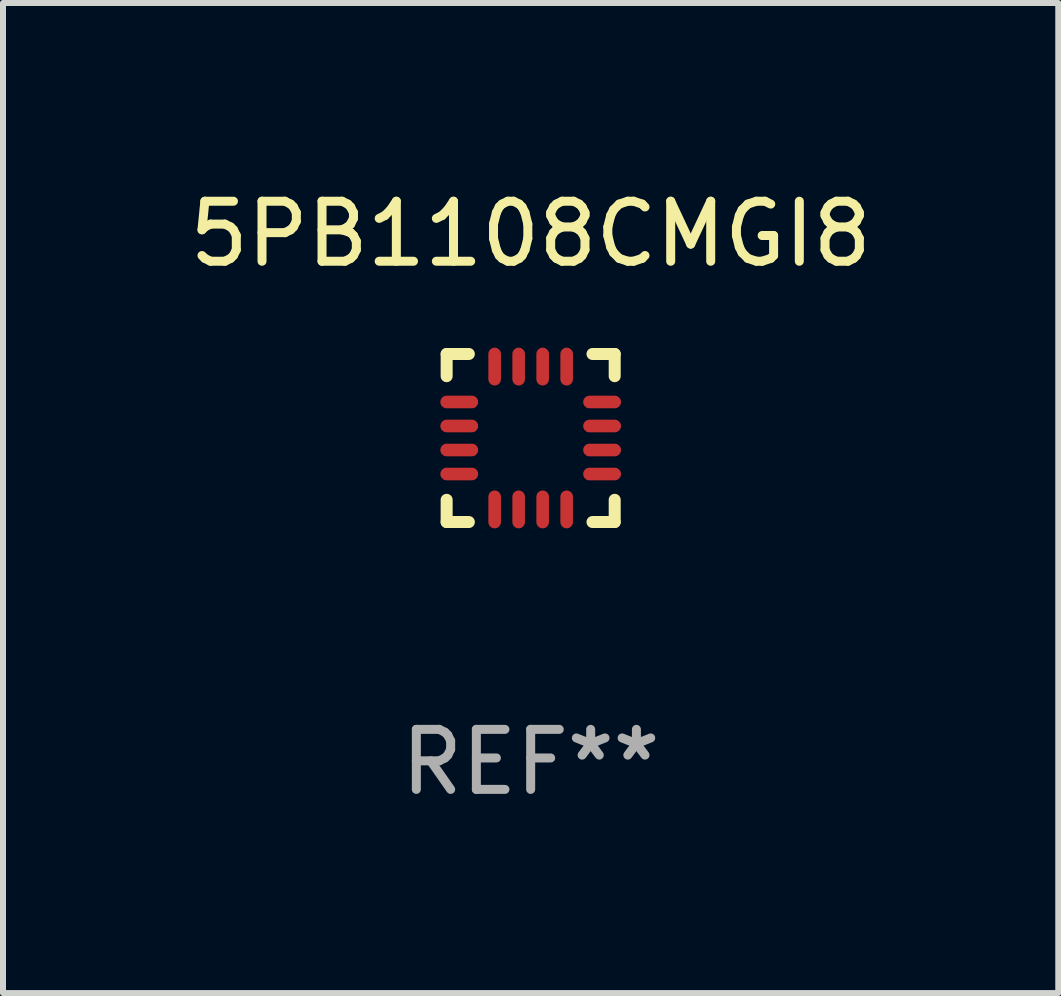
<source format=kicad_pcb>
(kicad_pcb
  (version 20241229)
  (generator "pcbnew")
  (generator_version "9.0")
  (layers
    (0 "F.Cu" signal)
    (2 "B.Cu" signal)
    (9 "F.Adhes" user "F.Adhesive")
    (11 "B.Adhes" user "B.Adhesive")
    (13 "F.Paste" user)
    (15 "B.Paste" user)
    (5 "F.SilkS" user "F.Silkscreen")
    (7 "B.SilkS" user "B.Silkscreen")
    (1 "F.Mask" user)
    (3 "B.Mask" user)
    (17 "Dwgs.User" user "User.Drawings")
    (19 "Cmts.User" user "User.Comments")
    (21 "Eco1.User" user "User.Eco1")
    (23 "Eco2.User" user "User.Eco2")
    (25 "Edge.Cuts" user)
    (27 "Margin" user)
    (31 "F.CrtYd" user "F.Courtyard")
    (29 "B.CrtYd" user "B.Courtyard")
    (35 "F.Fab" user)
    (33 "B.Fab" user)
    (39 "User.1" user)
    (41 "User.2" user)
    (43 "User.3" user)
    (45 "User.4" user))
  (footprint "5PB1108CMGI8"
    (layer "F.Cu")
    (at 5.792 4.248)
    (property "Reference" "5PB1108CMGI8" (at 0 -3.4 0) (layer "F.SilkS") (effects (font (size 1 1) (thickness 0.15))))
    (attr through_hole)
    (fp_line (start -1.4 -1.4) (end -1.03 -1.4) (stroke (width 0.2) (type solid)) (layer "F.SilkS"))
    (fp_line (start -1.4 -1.03) (end -1.4 -1.4) (stroke (width 0.2) (type solid)) (layer "F.SilkS"))
    (fp_line (start -1.4 1.4) (end -1.4 1.03) (stroke (width 0.2) (type solid)) (layer "F.SilkS"))
    (fp_line (start -1.03 1.4) (end -1.4 1.4) (stroke (width 0.2) (type solid)) (layer "F.SilkS"))
    (fp_line (start 1.03 1.4) (end 1.4 1.4) (stroke (width 0.2) (type solid)) (layer "F.SilkS"))
    (fp_line (start 1.4 -1.4) (end 1.03 -1.4) (stroke (width 0.2) (type solid)) (layer "F.SilkS"))
    (fp_line (start 1.4 -1.03) (end 1.4 -1.4) (stroke (width 0.2) (type solid)) (layer "F.SilkS"))
    (fp_line (start 1.4 1.4) (end 1.4 1.03) (stroke (width 0.2) (type solid)) (layer "F.SilkS"))
    (fp_text user "REF**" (at 0 5.4 0) (layer "F.Fab") (effects (font (size 1 1) (thickness 0.15))))
    (pad "1" smd oval (at -1.19 -0.6 270) (size 0.21 0.63) (layers "F.Cu" "F.Mask" "F.Paste"))
    (pad "2" smd oval (at -1.19 -0.2 270) (size 0.21 0.63) (layers "F.Cu" "F.Mask" "F.Paste"))
    (pad "3" smd oval (at -1.19 0.2 270) (size 0.21 0.63) (layers "F.Cu" "F.Mask" "F.Paste"))
    (pad "4" smd oval (at -1.19 0.6 270) (size 0.21 0.63) (layers "F.Cu" "F.Mask" "F.Paste"))
    (pad "5" smd oval (at -0.6 1.19) (size 0.21 0.63) (layers "F.Cu" "F.Mask" "F.Paste"))
    (pad "6" smd oval (at -0.2 1.19) (size 0.21 0.63) (layers "F.Cu" "F.Mask" "F.Paste"))
    (pad "7" smd oval (at 0.2 1.19) (size 0.21 0.63) (layers "F.Cu" "F.Mask" "F.Paste"))
    (pad "8" smd oval (at 0.6 1.19) (size 0.21 0.63) (layers "F.Cu" "F.Mask" "F.Paste"))
    (pad "9" smd oval (at 1.19 0.6 90) (size 0.21 0.63) (layers "F.Cu" "F.Mask" "F.Paste"))
    (pad "10" smd oval (at 1.19 0.2 90) (size 0.21 0.63) (layers "F.Cu" "F.Mask" "F.Paste"))
    (pad "11" smd oval (at 1.19 -0.2 90) (size 0.21 0.63) (layers "F.Cu" "F.Mask" "F.Paste"))
    (pad "12" smd oval (at 1.19 -0.6 90) (size 0.21 0.63) (layers "F.Cu" "F.Mask" "F.Paste"))
    (pad "13" smd oval (at 0.6 -1.19) (size 0.21 0.63) (layers "F.Cu" "F.Mask" "F.Paste"))
    (pad "14" smd oval (at 0.2 -1.19) (size 0.21 0.63) (layers "F.Cu" "F.Mask" "F.Paste"))
    (pad "15" smd oval (at -0.2 -1.19) (size 0.21 0.63) (layers "F.Cu" "F.Mask" "F.Paste"))
    (pad "16" smd oval (at -0.6 -1.19) (size 0.21 0.63) (layers "F.Cu" "F.Mask" "F.Paste")))
  (gr_rect
    (start -3 -3)
    (end 14.583 13.496)
    (stroke (width 0.1) (type default))
    (fill no)
    (layer "Edge.Cuts")))
</source>
